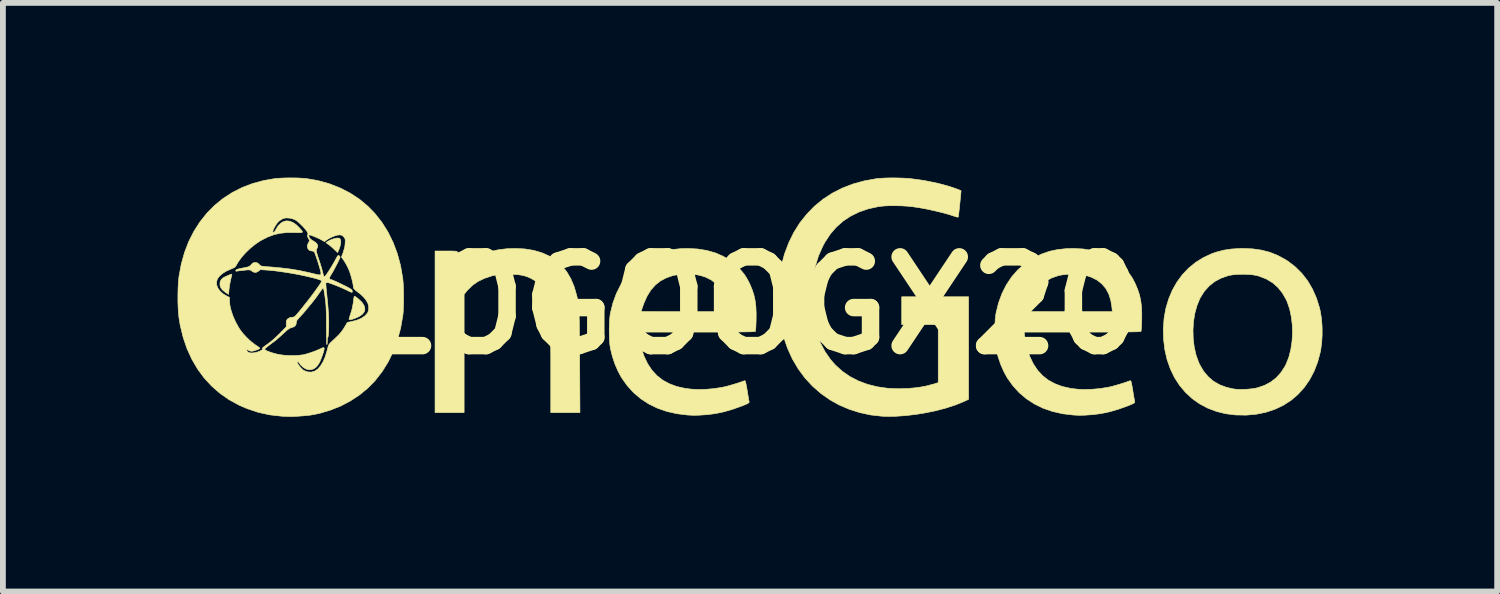
<source format=kicad_pcb>
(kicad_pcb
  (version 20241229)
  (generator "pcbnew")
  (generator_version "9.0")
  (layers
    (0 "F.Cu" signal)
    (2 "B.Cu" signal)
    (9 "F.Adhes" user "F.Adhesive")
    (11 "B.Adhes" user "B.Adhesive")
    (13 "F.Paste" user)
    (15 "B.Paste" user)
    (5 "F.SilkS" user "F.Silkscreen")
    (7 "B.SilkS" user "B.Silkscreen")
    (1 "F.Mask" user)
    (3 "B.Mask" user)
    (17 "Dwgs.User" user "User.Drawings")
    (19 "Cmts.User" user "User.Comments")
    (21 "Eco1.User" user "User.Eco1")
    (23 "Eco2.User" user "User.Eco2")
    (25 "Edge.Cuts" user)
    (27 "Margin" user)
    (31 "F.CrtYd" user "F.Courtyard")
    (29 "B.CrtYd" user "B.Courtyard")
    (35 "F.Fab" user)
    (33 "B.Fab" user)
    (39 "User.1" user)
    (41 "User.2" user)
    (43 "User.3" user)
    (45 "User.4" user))
  (footprint "LOGOOGX20"
    (layer "F.Cu")
    (at 9.829 2.195)
    (property "Reference" "LOGOOGX20" (at 0 0 0) (layer "F.SilkS") (effects (font (size 1.524 1.524) (thickness 0.3))))
    (attr through_hole)
    (fp_poly (pts (xy -7.054 -1.155) (xy -7.038 -1.14) (xy -7.033 -1.131) (xy -7.027 -1.099) (xy -7.031 -1.055) (xy -7.043 -1.005) (xy -7.062 -0.954) (xy -7.064 -0.949) (xy -7.083 -0.909) (xy -7.142 -0.965) (xy -7.177 -0.997) (xy -7.213 -1.028) (xy -7.241 -1.049) (xy -7.282 -1.077) (xy -7.257 -1.096) (xy -7.222 -1.117) (xy -7.177 -1.136) (xy -7.13 -1.151) (xy -7.089 -1.158) (xy -7.083 -1.158) (xy -7.054 -1.155)) (stroke (width 0.01) (type solid)) (fill yes) (layer "F.SilkS"))
    (fp_poly (pts (xy -8.899 -0.527) (xy -8.905 -0.501) (xy -8.913 -0.464) (xy -8.917 -0.451) (xy -8.928 -0.396) (xy -8.939 -0.333) (xy -8.946 -0.279) (xy -8.954 -0.19) (xy -9.002 -0.221) (xy -9.053 -0.26) (xy -9.086 -0.301) (xy -9.102 -0.347) (xy -9.102 -0.35) (xy -9.101 -0.399) (xy -9.081 -0.444) (xy -9.049 -0.474) (xy -9.028 -0.486) (xy -8.998 -0.5) (xy -8.964 -0.515) (xy -8.932 -0.528) (xy -8.908 -0.536) (xy -8.898 -0.538) (xy -8.899 -0.527)) (stroke (width 0.01) (type solid)) (fill yes) (layer "F.SilkS"))
    (fp_poly (pts (xy -6.779 -0.153) (xy -6.754 -0.135) (xy -6.723 -0.11) (xy -6.692 -0.082) (xy -6.666 -0.056) (xy -6.652 -0.039) (xy -6.622 0.014) (xy -6.613 0.064) (xy -6.625 0.11) (xy -6.658 0.151) (xy -6.712 0.189) (xy -6.783 0.221) (xy -6.831 0.237) (xy -6.866 0.244) (xy -6.884 0.241) (xy -6.887 0.236) (xy -6.883 0.222) (xy -6.875 0.194) (xy -6.863 0.157) (xy -6.861 0.153) (xy -6.834 0.062) (xy -6.815 -0.036) (xy -6.807 -0.098) (xy -6.802 -0.131) (xy -6.798 -0.153) (xy -6.794 -0.159) (xy -6.779 -0.153)) (stroke (width 0.01) (type solid)) (fill yes) (layer "F.SilkS"))
    (fp_poly (pts (xy -3.87 -0.971) (xy -3.715 -0.946) (xy -3.574 -0.905) (xy -3.447 -0.848) (xy -3.334 -0.775) (xy -3.235 -0.686) (xy -3.149 -0.581) (xy -3.078 -0.459) (xy -3.02 -0.322) (xy -2.976 -0.168) (xy -2.975 -0.165) (xy -2.967 -0.131) (xy -2.961 -0.099) (xy -2.955 -0.067) (xy -2.95 -0.034) (xy -2.946 0.001) (xy -2.942 0.041) (xy -2.939 0.087) (xy -2.936 0.141) (xy -2.934 0.204) (xy -2.932 0.277) (xy -2.931 0.363) (xy -2.93 0.462) (xy -2.929 0.578) (xy -2.928 0.71) (xy -2.927 0.861) (xy -2.926 0.959) (xy -2.921 1.839) (xy -3.422 1.839) (xy -3.422 1.044) (xy -3.422 0.877) (xy -3.423 0.729) (xy -3.423 0.599) (xy -3.424 0.487) (xy -3.426 0.389) (xy -3.427 0.304) (xy -3.43 0.232) (xy -3.433 0.169) (xy -3.436 0.116) (xy -3.441 0.07) (xy -3.446 0.03) (xy -3.452 -0.007) (xy -3.459 -0.04) (xy -3.466 -0.069) (xy -3.503 -0.181) (xy -3.554 -0.278) (xy -3.617 -0.36) (xy -3.692 -0.425) (xy -3.756 -0.462) (xy -3.815 -0.489) (xy -3.871 -0.508) (xy -3.929 -0.521) (xy -3.993 -0.53) (xy -4.069 -0.534) (xy -4.155 -0.535) (xy -4.225 -0.534) (xy -4.279 -0.533) (xy -4.322 -0.529) (xy -4.36 -0.524) (xy -4.399 -0.516) (xy -4.436 -0.507) (xy -4.563 -0.465) (xy -4.674 -0.411) (xy -4.769 -0.344) (xy -4.851 -0.263) (xy -4.869 -0.242) (xy -4.91 -0.189) (xy -4.91 1.839) (xy -5.409 1.839) (xy -5.409 -0.935) (xy -5.219 -0.935) (xy -5.15 -0.935) (xy -5.1 -0.934) (xy -5.066 -0.933) (xy -5.044 -0.93) (xy -5.031 -0.926) (xy -5.025 -0.921) (xy -5.023 -0.917) (xy -5.019 -0.899) (xy -5.012 -0.866) (xy -5.004 -0.821) (xy -4.994 -0.771) (xy -4.985 -0.721) (xy -4.977 -0.68) (xy -4.971 -0.652) (xy -4.968 -0.64) (xy -4.968 -0.64) (xy -4.959 -0.644) (xy -4.937 -0.66) (xy -4.904 -0.683) (xy -4.866 -0.712) (xy -4.738 -0.799) (xy -4.608 -0.869) (xy -4.473 -0.92) (xy -4.331 -0.955) (xy -4.178 -0.974) (xy -4.038 -0.979) (xy -3.87 -0.971)) (stroke (width 0.01) (type solid)) (fill yes) (layer "F.SilkS"))
    (fp_poly (pts (xy 8.631 -0.972) (xy 8.783 -0.95) (xy 8.926 -0.913) (xy 9.06 -0.859) (xy 9.19 -0.789) (xy 9.235 -0.76) (xy 9.362 -0.663) (xy 9.475 -0.55) (xy 9.574 -0.423) (xy 9.657 -0.281) (xy 9.725 -0.127) (xy 9.777 0.039) (xy 9.793 0.11) (xy 9.812 0.232) (xy 9.822 0.366) (xy 9.823 0.504) (xy 9.815 0.639) (xy 9.798 0.765) (xy 9.793 0.793) (xy 9.747 0.967) (xy 9.685 1.128) (xy 9.608 1.275) (xy 9.516 1.407) (xy 9.41 1.525) (xy 9.291 1.627) (xy 9.159 1.712) (xy 9.015 1.781) (xy 8.86 1.833) (xy 8.695 1.867) (xy 8.52 1.883) (xy 8.337 1.88) (xy 8.167 1.859) (xy 8.006 1.819) (xy 7.856 1.762) (xy 7.717 1.688) (xy 7.59 1.598) (xy 7.476 1.492) (xy 7.375 1.372) (xy 7.288 1.238) (xy 7.217 1.091) (xy 7.161 0.932) (xy 7.122 0.762) (xy 7.1 0.581) (xy 7.1 0.58) (xy 7.096 0.423) (xy 7.605 0.423) (xy 7.609 0.569) (xy 7.626 0.711) (xy 7.656 0.846) (xy 7.7 0.97) (xy 7.72 1.015) (xy 7.786 1.127) (xy 7.865 1.222) (xy 7.956 1.3) (xy 8.061 1.361) (xy 8.18 1.406) (xy 8.305 1.434) (xy 8.367 1.44) (xy 8.441 1.441) (xy 8.522 1.439) (xy 8.602 1.432) (xy 8.672 1.422) (xy 8.709 1.414) (xy 8.831 1.373) (xy 8.939 1.316) (xy 9.034 1.242) (xy 9.115 1.152) (xy 9.185 1.044) (xy 9.205 1.004) (xy 9.251 0.888) (xy 9.284 0.759) (xy 9.305 0.621) (xy 9.314 0.478) (xy 9.31 0.334) (xy 9.293 0.194) (xy 9.265 0.061) (xy 9.223 -0.061) (xy 9.205 -0.101) (xy 9.14 -0.214) (xy 9.063 -0.31) (xy 8.973 -0.389) (xy 8.87 -0.452) (xy 8.751 -0.499) (xy 8.709 -0.512) (xy 8.641 -0.525) (xy 8.558 -0.533) (xy 8.469 -0.536) (xy 8.378 -0.534) (xy 8.294 -0.527) (xy 8.222 -0.515) (xy 8.21 -0.512) (xy 8.087 -0.469) (xy 7.978 -0.411) (xy 7.884 -0.336) (xy 7.802 -0.246) (xy 7.734 -0.139) (xy 7.72 -0.112) (xy 7.672 0.007) (xy 7.636 0.138) (xy 7.614 0.278) (xy 7.605 0.423) (xy 7.096 0.423) (xy 7.096 0.395) (xy 7.109 0.217) (xy 7.14 0.047) (xy 7.188 -0.113) (xy 7.251 -0.263) (xy 7.33 -0.402) (xy 7.423 -0.529) (xy 7.531 -0.642) (xy 7.651 -0.74) (xy 7.785 -0.823) (xy 7.93 -0.89) (xy 8.008 -0.917) (xy 8.131 -0.949) (xy 8.261 -0.969) (xy 8.402 -0.978) (xy 8.464 -0.979) (xy 8.631 -0.972)) (stroke (width 0.01) (type solid)) (fill yes) (layer "F.SilkS"))
    (fp_poly (pts (xy 2.583 -2.188) (xy 2.665 -2.185) (xy 2.735 -2.18) (xy 2.747 -2.179) (xy 2.992 -2.145) (xy 3.227 -2.097) (xy 3.385 -2.055) (xy 3.427 -2.042) (xy 3.474 -2.027) (xy 3.522 -2.01) (xy 3.565 -1.995) (xy 3.599 -1.981) (xy 3.619 -1.972) (xy 3.622 -1.971) (xy 3.622 -1.96) (xy 3.62 -1.932) (xy 3.616 -1.891) (xy 3.611 -1.839) (xy 3.605 -1.782) (xy 3.599 -1.722) (xy 3.593 -1.664) (xy 3.587 -1.611) (xy 3.582 -1.568) (xy 3.578 -1.537) (xy 3.576 -1.523) (xy 3.568 -1.516) (xy 3.549 -1.519) (xy 3.526 -1.526) (xy 3.422 -1.56) (xy 3.304 -1.593) (xy 3.175 -1.624) (xy 3.044 -1.653) (xy 2.915 -1.677) (xy 2.795 -1.695) (xy 2.787 -1.696) (xy 2.697 -1.705) (xy 2.599 -1.711) (xy 2.497 -1.713) (xy 2.398 -1.713) (xy 2.307 -1.709) (xy 2.228 -1.701) (xy 2.2 -1.697) (xy 2.028 -1.659) (xy 1.871 -1.605) (xy 1.728 -1.535) (xy 1.598 -1.449) (xy 1.482 -1.347) (xy 1.379 -1.228) (xy 1.289 -1.092) (xy 1.25 -1.02) (xy 1.176 -0.854) (xy 1.121 -0.676) (xy 1.084 -0.488) (xy 1.065 -0.294) (xy 1.061 -0.079) (xy 1.074 0.122) (xy 1.103 0.31) (xy 1.148 0.484) (xy 1.21 0.646) (xy 1.288 0.794) (xy 1.382 0.929) (xy 1.464 1.022) (xy 1.582 1.129) (xy 1.713 1.22) (xy 1.858 1.295) (xy 2.015 1.354) (xy 2.183 1.396) (xy 2.362 1.422) (xy 2.551 1.43) (xy 2.705 1.425) (xy 2.824 1.415) (xy 2.928 1.401) (xy 3.024 1.383) (xy 3.119 1.358) (xy 3.138 1.353) (xy 3.231 1.325) (xy 3.231 0.329) (xy 2.604 0.329) (xy 2.604 -0.149) (xy 3.752 -0.149) (xy 3.752 1.612) (xy 3.669 1.65) (xy 3.53 1.707) (xy 3.374 1.758) (xy 3.207 1.803) (xy 3.031 1.84) (xy 2.852 1.87) (xy 2.674 1.891) (xy 2.501 1.903) (xy 2.338 1.905) (xy 2.258 1.901) (xy 2.07 1.88) (xy 1.884 1.84) (xy 1.702 1.782) (xy 1.529 1.708) (xy 1.376 1.623) (xy 1.216 1.511) (xy 1.071 1.384) (xy 0.941 1.243) (xy 0.826 1.087) (xy 0.726 0.917) (xy 0.643 0.735) (xy 0.576 0.54) (xy 0.525 0.333) (xy 0.504 0.207) (xy 0.496 0.138) (xy 0.49 0.054) (xy 0.486 -0.039) (xy 0.485 -0.138) (xy 0.485 -0.236) (xy 0.487 -0.328) (xy 0.492 -0.408) (xy 0.498 -0.468) (xy 0.537 -0.683) (xy 0.592 -0.886) (xy 0.664 -1.077) (xy 0.752 -1.255) (xy 0.855 -1.419) (xy 0.974 -1.568) (xy 1.106 -1.704) (xy 1.253 -1.824) (xy 1.412 -1.928) (xy 1.585 -2.016) (xy 1.77 -2.087) (xy 1.967 -2.141) (xy 2.175 -2.178) (xy 2.184 -2.179) (xy 2.244 -2.184) (xy 2.319 -2.188) (xy 2.404 -2.19) (xy 2.494 -2.19) (xy 2.583 -2.188)) (stroke (width 0.01) (type solid)) (fill yes) (layer "F.SilkS"))
    (fp_poly (pts (xy -0.901 -0.97) (xy -0.74 -0.944) (xy -0.591 -0.901) (xy -0.455 -0.841) (xy -0.332 -0.765) (xy -0.221 -0.672) (xy -0.195 -0.645) (xy -0.139 -0.584) (xy -0.096 -0.529) (xy -0.059 -0.472) (xy -0.023 -0.406) (xy -0.005 -0.369) (xy 0.035 -0.274) (xy 0.066 -0.18) (xy 0.087 -0.083) (xy 0.1 0.022) (xy 0.105 0.139) (xy 0.104 0.248) (xy 0.102 0.309) (xy 0.1 0.363) (xy 0.097 0.406) (xy 0.094 0.434) (xy 0.092 0.444) (xy 0.086 0.446) (xy 0.071 0.448) (xy 0.045 0.45) (xy 0.008 0.452) (xy -0.042 0.453) (xy -0.105 0.454) (xy -0.183 0.455) (xy -0.276 0.456) (xy -0.386 0.456) (xy -0.513 0.457) (xy -0.66 0.457) (xy -0.826 0.457) (xy -0.916 0.457) (xy -1.915 0.457) (xy -1.908 0.513) (xy -1.897 0.579) (xy -1.882 0.655) (xy -1.863 0.732) (xy -1.843 0.804) (xy -1.823 0.863) (xy -1.819 0.874) (xy -1.759 1) (xy -1.686 1.11) (xy -1.601 1.203) (xy -1.502 1.281) (xy -1.388 1.343) (xy -1.261 1.391) (xy -1.118 1.423) (xy -1.007 1.437) (xy -0.885 1.443) (xy -0.751 1.439) (xy -0.614 1.427) (xy -0.481 1.406) (xy -0.462 1.402) (xy -0.409 1.39) (xy -0.343 1.372) (xy -0.271 1.351) (xy -0.2 1.329) (xy -0.137 1.307) (xy -0.095 1.292) (xy -0.088 1.292) (xy -0.082 1.3) (xy -0.076 1.318) (xy -0.069 1.35) (xy -0.06 1.397) (xy -0.049 1.462) (xy -0.049 1.463) (xy -0.039 1.524) (xy -0.03 1.577) (xy -0.023 1.62) (xy -0.017 1.649) (xy -0.015 1.658) (xy -0.018 1.668) (xy -0.034 1.679) (xy -0.065 1.695) (xy -0.113 1.715) (xy -0.136 1.724) (xy -0.292 1.78) (xy -0.445 1.825) (xy -0.592 1.856) (xy -0.728 1.874) (xy -0.744 1.875) (xy -0.817 1.88) (xy -0.873 1.884) (xy -0.918 1.885) (xy -0.958 1.886) (xy -0.995 1.885) (xy -1.037 1.883) (xy -1.073 1.881) (xy -1.256 1.859) (xy -1.428 1.82) (xy -1.59 1.764) (xy -1.739 1.691) (xy -1.876 1.602) (xy -2 1.497) (xy -2.11 1.376) (xy -2.206 1.241) (xy -2.263 1.137) (xy -2.318 1.012) (xy -2.364 0.876) (xy -2.398 0.738) (xy -2.407 0.676) (xy -2.414 0.598) (xy -2.417 0.51) (xy -2.418 0.418) (xy -2.416 0.327) (xy -2.412 0.242) (xy -2.404 0.169) (xy -2.398 0.133) (xy -2.391 0.103) (xy -1.87 0.103) (xy -1.86 0.104) (xy -1.83 0.104) (xy -1.783 0.105) (xy -1.719 0.105) (xy -1.64 0.105) (xy -1.549 0.106) (xy -1.448 0.106) (xy -1.336 0.106) (xy -1.218 0.106) (xy -1.136 0.106) (xy -0.401 0.106) (xy -0.408 0.03) (xy -0.428 -0.092) (xy -0.463 -0.199) (xy -0.513 -0.292) (xy -0.58 -0.37) (xy -0.662 -0.435) (xy -0.76 -0.485) (xy -0.856 -0.516) (xy -0.916 -0.527) (xy -0.99 -0.534) (xy -1.072 -0.537) (xy -1.157 -0.535) (xy -1.236 -0.529) (xy -1.304 -0.518) (xy -1.33 -0.512) (xy -1.442 -0.473) (xy -1.541 -0.42) (xy -1.627 -0.351) (xy -1.702 -0.267) (xy -1.766 -0.165) (xy -1.82 -0.045) (xy -1.84 0.01) (xy -1.854 0.05) (xy -1.864 0.082) (xy -1.87 0.1) (xy -1.87 0.103) (xy -2.391 0.103) (xy -2.355 -0.043) (xy -2.295 -0.206) (xy -2.22 -0.355) (xy -2.129 -0.491) (xy -2.024 -0.611) (xy -1.904 -0.717) (xy -1.77 -0.807) (xy -1.741 -0.823) (xy -1.613 -0.884) (xy -1.48 -0.93) (xy -1.339 -0.96) (xy -1.187 -0.976) (xy -1.073 -0.979) (xy -0.901 -0.97)) (stroke (width 0.01) (type solid)) (fill yes) (layer "F.SilkS"))
    (fp_poly (pts (xy 5.72 -0.97) (xy 5.881 -0.944) (xy 6.03 -0.901) (xy 6.166 -0.841) (xy 6.289 -0.765) (xy 6.4 -0.672) (xy 6.426 -0.645) (xy 6.482 -0.584) (xy 6.525 -0.529) (xy 6.563 -0.472) (xy 6.598 -0.406) (xy 6.616 -0.369) (xy 6.656 -0.274) (xy 6.687 -0.18) (xy 6.708 -0.083) (xy 6.721 0.022) (xy 6.726 0.139) (xy 6.725 0.248) (xy 6.723 0.309) (xy 6.721 0.363) (xy 6.718 0.406) (xy 6.715 0.434) (xy 6.713 0.444) (xy 6.707 0.446) (xy 6.692 0.448) (xy 6.666 0.45) (xy 6.629 0.452) (xy 6.579 0.453) (xy 6.516 0.454) (xy 6.438 0.455) (xy 6.345 0.456) (xy 6.235 0.456) (xy 6.108 0.457) (xy 5.961 0.457) (xy 5.795 0.457) (xy 5.705 0.457) (xy 4.706 0.457) (xy 4.713 0.513) (xy 4.724 0.579) (xy 4.739 0.655) (xy 4.758 0.732) (xy 4.778 0.804) (xy 4.798 0.863) (xy 4.802 0.874) (xy 4.862 1) (xy 4.935 1.11) (xy 5.02 1.203) (xy 5.119 1.281) (xy 5.233 1.343) (xy 5.36 1.391) (xy 5.503 1.423) (xy 5.614 1.437) (xy 5.736 1.443) (xy 5.87 1.439) (xy 6.007 1.427) (xy 6.14 1.406) (xy 6.159 1.402) (xy 6.212 1.39) (xy 6.278 1.372) (xy 6.35 1.351) (xy 6.421 1.329) (xy 6.484 1.307) (xy 6.526 1.292) (xy 6.533 1.292) (xy 6.539 1.3) (xy 6.545 1.318) (xy 6.552 1.35) (xy 6.561 1.397) (xy 6.572 1.462) (xy 6.572 1.463) (xy 6.582 1.524) (xy 6.591 1.577) (xy 6.598 1.62) (xy 6.604 1.649) (xy 6.606 1.658) (xy 6.603 1.668) (xy 6.587 1.679) (xy 6.556 1.695) (xy 6.508 1.715) (xy 6.486 1.724) (xy 6.329 1.78) (xy 6.176 1.825) (xy 6.029 1.856) (xy 5.893 1.874) (xy 5.877 1.875) (xy 5.804 1.88) (xy 5.748 1.884) (xy 5.703 1.885) (xy 5.663 1.886) (xy 5.626 1.885) (xy 5.584 1.883) (xy 5.548 1.881) (xy 5.365 1.859) (xy 5.193 1.82) (xy 5.031 1.764) (xy 4.882 1.691) (xy 4.745 1.602) (xy 4.621 1.497) (xy 4.511 1.376) (xy 4.415 1.241) (xy 4.358 1.137) (xy 4.303 1.012) (xy 4.257 0.876) (xy 4.223 0.738) (xy 4.214 0.676) (xy 4.207 0.598) (xy 4.204 0.51) (xy 4.203 0.418) (xy 4.205 0.327) (xy 4.209 0.242) (xy 4.217 0.169) (xy 4.223 0.133) (xy 4.23 0.103) (xy 4.751 0.103) (xy 4.761 0.104) (xy 4.791 0.104) (xy 4.838 0.105) (xy 4.902 0.105) (xy 4.981 0.105) (xy 5.072 0.106) (xy 5.173 0.106) (xy 5.285 0.106) (xy 5.403 0.106) (xy 5.485 0.106) (xy 6.22 0.106) (xy 6.213 0.03) (xy 6.193 -0.092) (xy 6.158 -0.199) (xy 6.108 -0.292) (xy 6.041 -0.37) (xy 5.959 -0.435) (xy 5.861 -0.485) (xy 5.765 -0.516) (xy 5.705 -0.527) (xy 5.631 -0.534) (xy 5.549 -0.537) (xy 5.464 -0.535) (xy 5.385 -0.529) (xy 5.317 -0.518) (xy 5.291 -0.512) (xy 5.179 -0.473) (xy 5.08 -0.42) (xy 4.994 -0.351) (xy 4.919 -0.267) (xy 4.855 -0.165) (xy 4.801 -0.045) (xy 4.781 0.01) (xy 4.767 0.05) (xy 4.757 0.082) (xy 4.751 0.1) (xy 4.751 0.103) (xy 4.23 0.103) (xy 4.266 -0.043) (xy 4.326 -0.206) (xy 4.401 -0.355) (xy 4.492 -0.491) (xy 4.597 -0.611) (xy 4.717 -0.717) (xy 4.851 -0.807) (xy 4.88 -0.823) (xy 5.008 -0.884) (xy 5.141 -0.93) (xy 5.282 -0.96) (xy 5.434 -0.976) (xy 5.548 -0.979) (xy 5.72 -0.97)) (stroke (width 0.01) (type solid)) (fill yes) (layer "F.SilkS"))
    (fp_poly (pts (xy -7.768 -2.189) (xy -7.692 -2.185) (xy -7.631 -2.18) (xy -7.619 -2.179) (xy -7.415 -2.143) (xy -7.221 -2.089) (xy -7.038 -2.017) (xy -6.866 -1.929) (xy -6.707 -1.824) (xy -6.562 -1.703) (xy -6.443 -1.581) (xy -6.322 -1.428) (xy -6.217 -1.261) (xy -6.129 -1.082) (xy -6.057 -0.891) (xy -6.002 -0.688) (xy -5.965 -0.474) (xy -5.961 -0.441) (xy -5.956 -0.381) (xy -5.952 -0.305) (xy -5.95 -0.22) (xy -5.949 -0.13) (xy -5.95 -0.041) (xy -5.953 0.042) (xy -5.956 0.114) (xy -5.961 0.165) (xy -5.999 0.384) (xy -6.053 0.59) (xy -6.124 0.784) (xy -6.211 0.965) (xy -6.316 1.134) (xy -6.438 1.29) (xy -6.444 1.297) (xy -6.569 1.424) (xy -6.71 1.539) (xy -6.864 1.64) (xy -7.03 1.727) (xy -7.206 1.797) (xy -7.388 1.851) (xy -7.472 1.869) (xy -7.516 1.877) (xy -7.559 1.884) (xy -7.605 1.889) (xy -7.658 1.894) (xy -7.722 1.899) (xy -7.8 1.904) (xy -7.848 1.906) (xy -7.885 1.907) (xy -7.935 1.906) (xy -7.993 1.904) (xy -8.047 1.901) (xy -8.25 1.878) (xy -8.449 1.834) (xy -8.64 1.77) (xy -8.774 1.712) (xy -8.946 1.618) (xy -9.103 1.508) (xy -9.246 1.383) (xy -9.375 1.243) (xy -9.488 1.089) (xy -9.586 0.921) (xy -9.669 0.739) (xy -9.735 0.545) (xy -9.785 0.339) (xy -9.805 0.217) (xy -9.814 0.137) (xy -9.82 0.042) (xy -9.824 -0.063) (xy -9.824 -0.173) (xy -9.822 -0.281) (xy -9.817 -0.382) (xy -9.815 -0.404) (xy -9.161 -0.404) (xy -9.158 -0.35) (xy -9.136 -0.295) (xy -9.098 -0.243) (xy -9.044 -0.197) (xy -8.991 -0.165) (xy -8.938 -0.138) (xy -8.938 -0.077) (xy -8.931 0.001) (xy -8.91 0.089) (xy -8.878 0.183) (xy -8.836 0.278) (xy -8.785 0.371) (xy -8.757 0.416) (xy -8.706 0.482) (xy -8.643 0.55) (xy -8.575 0.614) (xy -8.507 0.668) (xy -8.489 0.68) (xy -8.455 0.702) (xy -8.43 0.721) (xy -8.418 0.733) (xy -8.417 0.734) (xy -8.426 0.744) (xy -8.45 0.756) (xy -8.482 0.768) (xy -8.517 0.779) (xy -8.547 0.785) (xy -8.559 0.786) (xy -8.589 0.782) (xy -8.611 0.771) (xy -8.612 0.771) (xy -8.63 0.756) (xy -8.639 0.76) (xy -8.64 0.77) (xy -8.631 0.793) (xy -8.606 0.809) (xy -8.569 0.816) (xy -8.523 0.814) (xy -8.473 0.804) (xy -8.422 0.786) (xy -8.413 0.781) (xy -8.379 0.762) (xy -8.364 0.749) (xy -8.365 0.748) (xy -8.333 0.748) (xy -8.332 0.756) (xy -8.323 0.764) (xy -8.32 0.766) (xy -8.291 0.782) (xy -8.246 0.799) (xy -8.19 0.817) (xy -8.128 0.834) (xy -8.073 0.845) (xy -8.003 0.854) (xy -7.921 0.859) (xy -7.835 0.86) (xy -7.752 0.856) (xy -7.681 0.848) (xy -7.671 0.846) (xy -7.618 0.833) (xy -7.554 0.813) (xy -7.487 0.79) (xy -7.425 0.765) (xy -7.374 0.742) (xy -7.37 0.74) (xy -7.336 0.725) (xy -7.317 0.726) (xy -7.312 0.737) (xy -7.316 0.766) (xy -7.327 0.808) (xy -7.344 0.858) (xy -7.363 0.91) (xy -7.383 0.957) (xy -7.402 0.995) (xy -7.404 0.998) (xy -7.444 1.052) (xy -7.489 1.087) (xy -7.541 1.103) (xy -7.565 1.105) (xy -7.613 1.096) (xy -7.664 1.069) (xy -7.711 1.028) (xy -7.751 0.976) (xy -7.754 0.971) (xy -7.767 0.957) (xy -7.774 0.961) (xy -7.774 0.979) (xy -7.77 0.992) (xy -7.754 1.019) (xy -7.728 1.053) (xy -7.697 1.086) (xy -7.669 1.111) (xy -7.658 1.118) (xy -7.596 1.141) (xy -7.533 1.144) (xy -7.476 1.128) (xy -7.424 1.093) (xy -7.376 1.039) (xy -7.333 0.968) (xy -7.295 0.881) (xy -7.264 0.78) (xy -7.26 0.763) (xy -7.249 0.719) (xy -7.239 0.688) (xy -7.226 0.664) (xy -7.206 0.641) (xy -7.175 0.611) (xy -7.166 0.604) (xy -7.109 0.55) (xy -7.064 0.506) (xy -7.029 0.467) (xy -7.001 0.43) (xy -6.974 0.39) (xy -6.962 0.37) (xy -6.915 0.29) (xy -6.847 0.277) (xy -6.756 0.254) (xy -6.678 0.222) (xy -6.616 0.181) (xy -6.572 0.133) (xy -6.562 0.116) (xy -6.549 0.071) (xy -6.549 0.018) (xy -6.562 -0.035) (xy -6.568 -0.047) (xy -6.598 -0.098) (xy -6.638 -0.146) (xy -6.691 -0.196) (xy -6.733 -0.228) (xy -6.77 -0.257) (xy -6.794 -0.279) (xy -6.807 -0.295) (xy -6.812 -0.312) (xy -6.812 -0.323) (xy -6.816 -0.355) (xy -6.825 -0.402) (xy -6.838 -0.456) (xy -6.854 -0.513) (xy -6.871 -0.567) (xy -6.877 -0.585) (xy -6.905 -0.649) (xy -6.94 -0.717) (xy -6.978 -0.778) (xy -6.991 -0.795) (xy -7.017 -0.831) (xy -6.987 -0.907) (xy -6.959 -1.006) (xy -6.953 -1.063) (xy -6.951 -1.105) (xy -6.952 -1.132) (xy -6.958 -1.152) (xy -6.97 -1.17) (xy -6.977 -1.177) (xy -6.998 -1.199) (xy -7.021 -1.209) (xy -7.054 -1.212) (xy -7.055 -1.212) (xy -7.095 -1.206) (xy -7.144 -1.19) (xy -7.197 -1.167) (xy -7.247 -1.14) (xy -7.28 -1.117) (xy -7.306 -1.096) (xy -7.361 -1.127) (xy -7.393 -1.144) (xy -7.434 -1.163) (xy -7.477 -1.181) (xy -7.518 -1.197) (xy -7.55 -1.208) (xy -7.567 -1.212) (xy -7.577 -1.204) (xy -7.575 -1.185) (xy -7.563 -1.16) (xy -7.556 -1.15) (xy -7.532 -1.128) (xy -7.5 -1.108) (xy -7.493 -1.104) (xy -7.458 -1.081) (xy -7.434 -1.053) (xy -7.424 -1.029) (xy -7.424 -1.01) (xy -7.434 -0.984) (xy -7.435 -0.983) (xy -7.442 -0.967) (xy -7.446 -0.954) (xy -7.447 -0.938) (xy -7.444 -0.917) (xy -7.436 -0.888) (xy -7.424 -0.846) (xy -7.405 -0.79) (xy -7.393 -0.755) (xy -7.374 -0.697) (xy -7.357 -0.64) (xy -7.343 -0.59) (xy -7.334 -0.554) (xy -7.333 -0.549) (xy -7.324 -0.515) (xy -7.315 -0.495) (xy -7.309 -0.492) (xy -7.296 -0.503) (xy -7.275 -0.53) (xy -7.248 -0.569) (xy -7.217 -0.617) (xy -7.184 -0.671) (xy -7.151 -0.727) (xy -7.131 -0.763) (xy -7.106 -0.809) (xy -7.089 -0.839) (xy -7.077 -0.855) (xy -7.068 -0.86) (xy -7.06 -0.857) (xy -7.053 -0.851) (xy -7.043 -0.84) (xy -7.04 -0.828) (xy -7.046 -0.809) (xy -7.06 -0.779) (xy -7.062 -0.775) (xy -7.08 -0.737) (xy -7.098 -0.702) (xy -7.107 -0.685) (xy -7.123 -0.655) (xy -7.142 -0.619) (xy -7.146 -0.611) (xy -7.166 -0.575) (xy -7.19 -0.535) (xy -7.198 -0.522) (xy -7.218 -0.486) (xy -7.221 -0.46) (xy -7.209 -0.448) (xy -7.198 -0.446) (xy -7.183 -0.442) (xy -7.152 -0.429) (xy -7.109 -0.41) (xy -7.057 -0.386) (xy -7.008 -0.362) (xy -6.945 -0.331) (xy -6.899 -0.307) (xy -6.868 -0.289) (xy -6.847 -0.275) (xy -6.836 -0.263) (xy -6.831 -0.252) (xy -6.831 -0.25) (xy -6.829 -0.233) (xy -6.834 -0.226) (xy -6.849 -0.228) (xy -6.876 -0.239) (xy -6.908 -0.255) (xy -6.953 -0.277) (xy -7.005 -0.3) (xy -7.061 -0.324) (xy -7.117 -0.347) (xy -7.169 -0.366) (xy -7.212 -0.382) (xy -7.242 -0.391) (xy -7.254 -0.393) (xy -7.275 -0.39) (xy -7.284 -0.385) (xy -7.284 -0.373) (xy -7.282 -0.342) (xy -7.279 -0.298) (xy -7.274 -0.243) (xy -7.267 -0.181) (xy -7.26 -0.107) (xy -7.252 -0.029) (xy -7.246 0.046) (xy -7.241 0.11) (xy -7.238 0.143) (xy -7.236 0.201) (xy -7.234 0.264) (xy -7.234 0.328) (xy -7.235 0.391) (xy -7.237 0.447) (xy -7.24 0.495) (xy -7.244 0.529) (xy -7.248 0.547) (xy -7.25 0.548) (xy -7.255 0.561) (xy -7.258 0.588) (xy -7.259 0.611) (xy -7.26 0.644) (xy -7.264 0.667) (xy -7.267 0.673) (xy -7.269 0.664) (xy -7.271 0.637) (xy -7.272 0.593) (xy -7.273 0.535) (xy -7.274 0.466) (xy -7.275 0.389) (xy -7.275 0.352) (xy -7.275 0.246) (xy -7.276 0.157) (xy -7.278 0.083) (xy -7.281 0.02) (xy -7.285 -0.035) (xy -7.29 -0.085) (xy -7.294 -0.111) (xy -7.303 -0.18) (xy -7.311 -0.229) (xy -7.317 -0.263) (xy -7.322 -0.284) (xy -7.327 -0.295) (xy -7.333 -0.298) (xy -7.342 -0.289) (xy -7.359 -0.267) (xy -7.383 -0.235) (xy -7.4 -0.21) (xy -7.435 -0.16) (xy -7.477 -0.104) (xy -7.518 -0.052) (xy -7.53 -0.037) (xy -7.565 0.005) (xy -7.6 0.047) (xy -7.629 0.082) (xy -7.64 0.096) (xy -7.668 0.129) (xy -7.703 0.168) (xy -7.734 0.201) (xy -7.765 0.235) (xy -7.783 0.261) (xy -7.79 0.284) (xy -7.79 0.293) (xy -7.799 0.334) (xy -7.826 0.363) (xy -7.869 0.38) (xy -7.871 0.38) (xy -7.892 0.386) (xy -7.915 0.398) (xy -7.944 0.419) (xy -7.981 0.451) (xy -8.019 0.486) (xy -8.061 0.525) (xy -8.101 0.56) (xy -8.134 0.589) (xy -8.156 0.607) (xy -8.158 0.608) (xy -8.182 0.626) (xy -8.217 0.652) (xy -8.255 0.681) (xy -8.267 0.69) (xy -8.303 0.718) (xy -8.324 0.736) (xy -8.333 0.748) (xy -8.365 0.748) (xy -8.366 0.742) (xy -8.372 0.738) (xy -8.374 0.735) (xy -8.371 0.729) (xy -8.36 0.719) (xy -8.339 0.702) (xy -8.305 0.678) (xy -8.256 0.642) (xy -8.256 0.642) (xy -8.216 0.611) (xy -8.168 0.569) (xy -8.118 0.522) (xy -8.07 0.476) (xy -8.068 0.473) (xy -7.962 0.365) (xy -7.964 0.309) (xy -7.963 0.274) (xy -7.957 0.252) (xy -7.943 0.234) (xy -7.936 0.228) (xy -7.896 0.206) (xy -7.864 0.202) (xy -7.845 0.201) (xy -7.829 0.196) (xy -7.812 0.184) (xy -7.79 0.161) (xy -7.76 0.126) (xy -7.75 0.114) (xy -7.697 0.05) (xy -7.643 -0.019) (xy -7.588 -0.088) (xy -7.536 -0.156) (xy -7.487 -0.221) (xy -7.444 -0.281) (xy -7.407 -0.332) (xy -7.379 -0.374) (xy -7.361 -0.404) (xy -7.354 -0.42) (xy -7.354 -0.42) (xy -7.364 -0.43) (xy -7.393 -0.442) (xy -7.438 -0.457) (xy -7.497 -0.473) (xy -7.567 -0.49) (xy -7.646 -0.508) (xy -7.731 -0.526) (xy -7.821 -0.543) (xy -7.912 -0.559) (xy -8.002 -0.573) (xy -8.089 -0.586) (xy -8.171 -0.596) (xy -8.244 -0.603) (xy -8.262 -0.605) (xy -8.41 -0.615) (xy -8.442 -0.588) (xy -8.479 -0.569) (xy -8.518 -0.57) (xy -8.556 -0.591) (xy -8.56 -0.595) (xy -8.572 -0.604) (xy -8.586 -0.609) (xy -8.606 -0.611) (xy -8.639 -0.61) (xy -8.687 -0.605) (xy -8.735 -0.6) (xy -8.776 -0.595) (xy -8.804 -0.591) (xy -8.813 -0.589) (xy -8.828 -0.588) (xy -8.83 -0.602) (xy -8.824 -0.611) (xy -8.809 -0.62) (xy -8.782 -0.628) (xy -8.738 -0.638) (xy -8.711 -0.643) (xy -8.66 -0.653) (xy -8.625 -0.661) (xy -8.601 -0.67) (xy -8.585 -0.681) (xy -8.57 -0.696) (xy -8.566 -0.701) (xy -8.542 -0.725) (xy -8.519 -0.736) (xy -8.496 -0.738) (xy -8.464 -0.733) (xy -8.438 -0.715) (xy -8.429 -0.705) (xy -8.418 -0.694) (xy -8.407 -0.685) (xy -8.393 -0.678) (xy -8.371 -0.674) (xy -8.339 -0.67) (xy -8.292 -0.665) (xy -8.229 -0.661) (xy -8.227 -0.661) (xy -8.055 -0.645) (xy -7.897 -0.626) (xy -7.745 -0.601) (xy -7.591 -0.568) (xy -7.473 -0.54) (xy -7.423 -0.528) (xy -7.391 -0.525) (xy -7.373 -0.531) (xy -7.368 -0.548) (xy -7.372 -0.579) (xy -7.376 -0.597) (xy -7.386 -0.634) (xy -7.4 -0.681) (xy -7.416 -0.733) (xy -7.433 -0.787) (xy -7.45 -0.836) (xy -7.465 -0.879) (xy -7.477 -0.909) (xy -7.484 -0.922) (xy -7.503 -0.932) (xy -7.521 -0.935) (xy -7.561 -0.943) (xy -7.588 -0.969) (xy -7.598 -0.99) (xy -7.603 -1.014) (xy -7.6 -1.038) (xy -7.586 -1.07) (xy -7.586 -1.07) (xy -7.563 -1.116) (xy -7.586 -1.157) (xy -7.6 -1.188) (xy -7.599 -1.207) (xy -7.598 -1.208) (xy -7.59 -1.229) (xy -7.6 -1.259) (xy -7.628 -1.3) (xy -7.673 -1.351) (xy -7.688 -1.366) (xy -7.737 -1.414) (xy -7.776 -1.448) (xy -7.812 -1.471) (xy -7.848 -1.486) (xy -7.889 -1.497) (xy -7.902 -1.499) (xy -7.968 -1.504) (xy -8.025 -1.49) (xy -8.079 -1.456) (xy -8.093 -1.444) (xy -8.12 -1.414) (xy -8.147 -1.375) (xy -8.171 -1.334) (xy -8.188 -1.297) (xy -8.194 -1.27) (xy -8.189 -1.255) (xy -8.177 -1.256) (xy -8.161 -1.271) (xy -8.145 -1.298) (xy -8.145 -1.299) (xy -8.107 -1.363) (xy -8.057 -1.413) (xy -8.02 -1.437) (xy -7.967 -1.453) (xy -7.909 -1.448) (xy -7.849 -1.425) (xy -7.789 -1.383) (xy -7.743 -1.338) (xy -7.712 -1.303) (xy -7.692 -1.279) (xy -7.685 -1.263) (xy -7.693 -1.254) (xy -7.716 -1.25) (xy -7.756 -1.25) (xy -7.816 -1.252) (xy -7.832 -1.252) (xy -7.959 -1.251) (xy -8.073 -1.239) (xy -8.179 -1.214) (xy -8.281 -1.176) (xy -8.387 -1.122) (xy -8.42 -1.103) (xy -8.503 -1.046) (xy -8.585 -0.979) (xy -8.663 -0.904) (xy -8.732 -0.826) (xy -8.788 -0.748) (xy -8.819 -0.696) (xy -8.831 -0.674) (xy -8.846 -0.658) (xy -8.868 -0.645) (xy -8.902 -0.63) (xy -8.931 -0.618) (xy -8.999 -0.587) (xy -9.06 -0.548) (xy -9.11 -0.504) (xy -9.143 -0.46) (xy -9.146 -0.456) (xy -9.161 -0.404) (xy -9.815 -0.404) (xy -9.809 -0.471) (xy -9.806 -0.497) (xy -9.767 -0.708) (xy -9.711 -0.909) (xy -9.639 -1.097) (xy -9.55 -1.272) (xy -9.446 -1.435) (xy -9.328 -1.583) (xy -9.196 -1.717) (xy -9.05 -1.836) (xy -8.891 -1.939) (xy -8.72 -2.026) (xy -8.538 -2.095) (xy -8.344 -2.147) (xy -8.157 -2.179) (xy -8.097 -2.184) (xy -8.022 -2.188) (xy -7.938 -2.19) (xy -7.852 -2.19) (xy -7.768 -2.189)) (stroke (width 0.01) (type solid)) (fill yes) (layer "F.SilkS")))
  (gr_rect
    (start -3 -3)
    (end 22.657 7.107)
    (stroke (width 0.1) (type default))
    (fill no)
    (layer "Edge.Cuts")))
</source>
